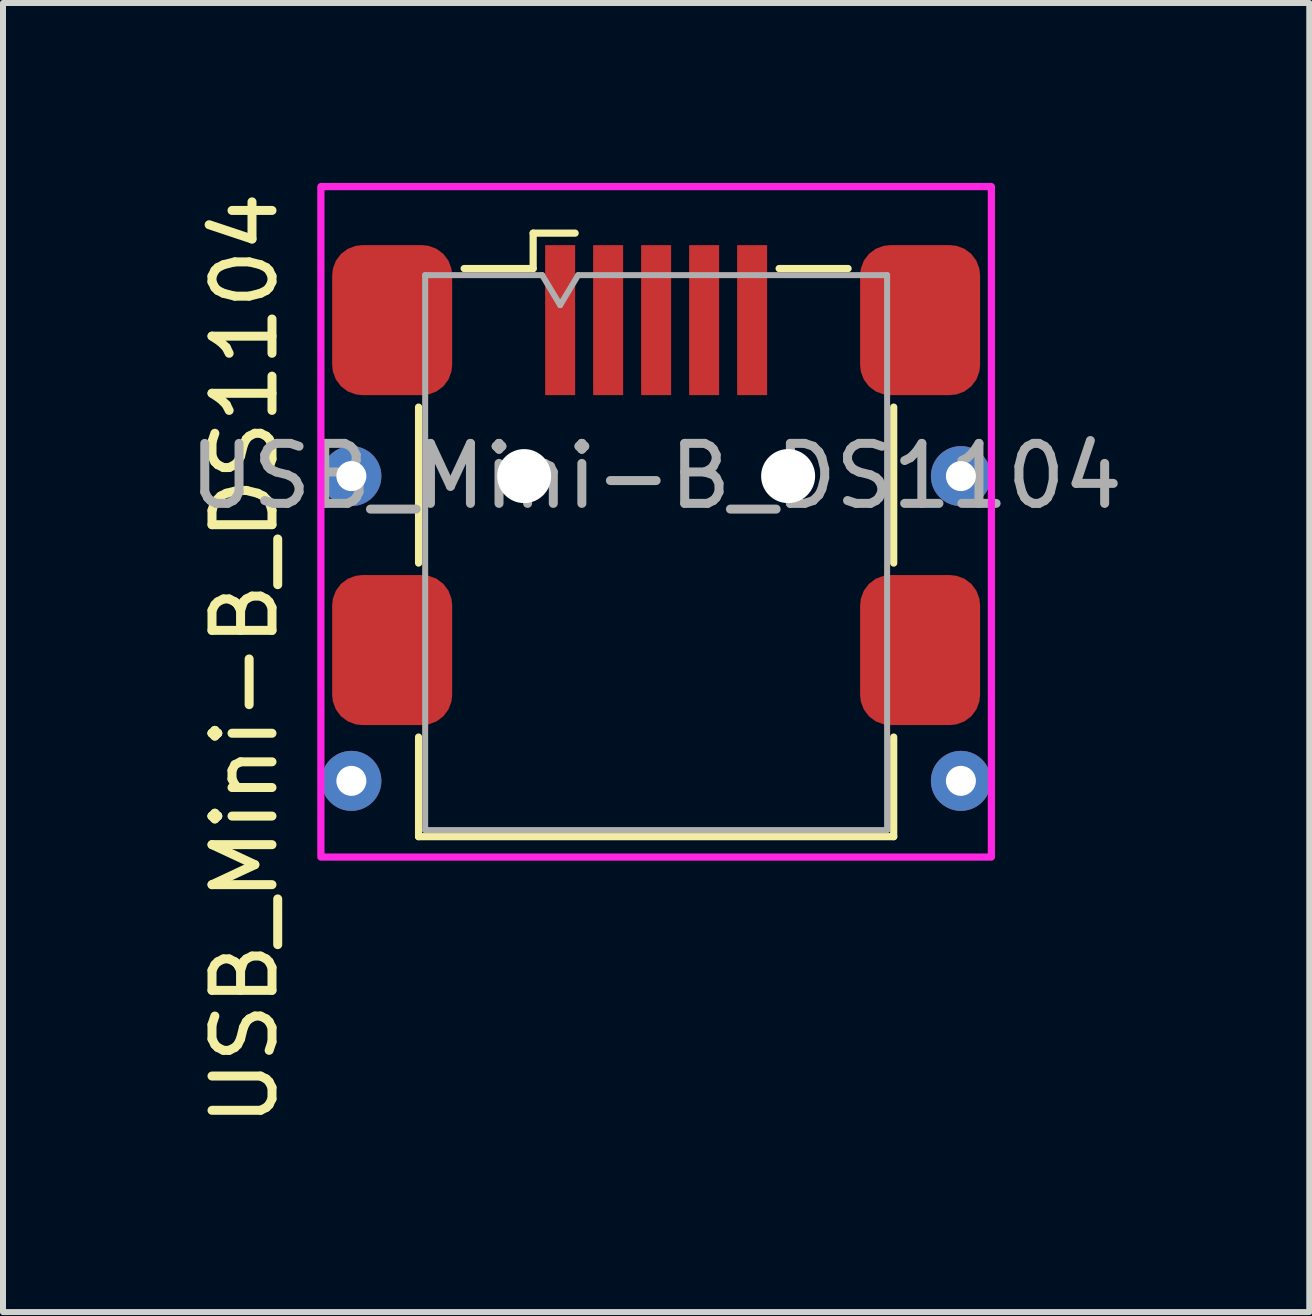
<source format=kicad_pcb>
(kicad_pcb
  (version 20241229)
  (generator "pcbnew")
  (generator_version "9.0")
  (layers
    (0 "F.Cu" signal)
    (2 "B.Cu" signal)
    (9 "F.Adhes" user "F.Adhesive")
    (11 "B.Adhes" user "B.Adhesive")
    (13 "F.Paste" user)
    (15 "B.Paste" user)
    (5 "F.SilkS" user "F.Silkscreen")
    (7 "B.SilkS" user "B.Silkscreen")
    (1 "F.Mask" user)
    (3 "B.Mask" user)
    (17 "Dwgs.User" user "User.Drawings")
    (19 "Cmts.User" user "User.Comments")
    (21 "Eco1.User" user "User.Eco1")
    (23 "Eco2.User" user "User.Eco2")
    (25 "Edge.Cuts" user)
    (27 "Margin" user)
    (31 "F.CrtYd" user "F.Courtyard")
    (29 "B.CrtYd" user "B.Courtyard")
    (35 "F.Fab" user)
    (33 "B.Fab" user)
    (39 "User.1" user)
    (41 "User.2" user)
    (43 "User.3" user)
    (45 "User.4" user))
  (footprint "USB_Mini-B_DS1104"
    (layer "F.Cu")
    (at 7.887 4.886)
    (property "Reference" "USB_Mini-B_DS1104" (at -6.858 3.048 270) (layer "F.SilkS") (effects (font (size 1 1) (thickness 0.15))))
    (attr smd)
    (fp_line (start -3.96 1.45) (end -3.96 -1.15) (stroke (width 0.12) (type solid)) (layer "F.SilkS"))
    (fp_line (start -3.96 4.35) (end -3.96 6.01) (stroke (width 0.12) (type solid)) (layer "F.SilkS"))
    (fp_line (start -3.96 6.01) (end 3.96 6.01) (stroke (width 0.12) (type solid)) (layer "F.SilkS"))
    (fp_line (start -3.2 -3.46) (end -2.05 -3.46) (stroke (width 0.12) (type solid)) (layer "F.SilkS"))
    (fp_line (start -2.05 -4.05) (end -1.35 -4.05) (stroke (width 0.12) (type solid)) (layer "F.SilkS"))
    (fp_line (start -2.05 -3.46) (end -2.05 -4.05) (stroke (width 0.12) (type solid)) (layer "F.SilkS"))
    (fp_line (start 2.05 -3.46) (end 3.2 -3.46) (stroke (width 0.12) (type solid)) (layer "F.SilkS"))
    (fp_line (start 3.96 -1.15) (end 3.96 1.45) (stroke (width 0.12) (type solid)) (layer "F.SilkS"))
    (fp_line (start 3.96 6.01) (end 3.96 4.35) (stroke (width 0.12) (type solid)) (layer "F.SilkS"))
    (fp_rect (start -5.588 -4.826) (end 5.588 6.35) (stroke (width 0.12) (type solid)) (fill no) (layer "F.CrtYd"))
    (fp_line (start -3.85 -3.35) (end -1.9 -3.35) (stroke (width 0.1) (type solid)) (layer "F.Fab"))
    (fp_line (start -3.85 5.9) (end -3.85 -3.35) (stroke (width 0.1) (type solid)) (layer "F.Fab"))
    (fp_line (start -1.9 -3.35) (end -1.6 -2.85) (stroke (width 0.1) (type solid)) (layer "F.Fab"))
    (fp_line (start -1.6 -2.85) (end -1.3 -3.35) (stroke (width 0.1) (type solid)) (layer "F.Fab"))
    (fp_line (start -1.3 -3.35) (end 3.85 -3.35) (stroke (width 0.1) (type solid)) (layer "F.Fab"))
    (fp_line (start 3.85 -3.35) (end 3.85 5.9) (stroke (width 0.1) (type solid)) (layer "F.Fab"))
    (fp_line (start 3.85 5.9) (end -3.85 5.9) (stroke (width 0.1) (type solid)) (layer "F.Fab"))
    (fp_text user "${REFERENCE}" (at 0 0 180) (layer "F.Fab") (effects (font (size 1 1) (thickness 0.15))))
    (pad "" np_thru_hole circle (at -2.2 0) (size 0.9 0.9) (drill 0.9) (layers "*.Cu" "*.Mask"))
    (pad "" np_thru_hole circle (at 2.2 0) (size 0.9 0.9) (drill 0.9) (layers "*.Cu" "*.Mask"))
    (pad "1" smd rect (at -1.6 -2.6) (size 0.5 2.5) (layers "F.Cu" "F.Mask" "F.Paste"))
    (pad "2" smd rect (at -0.8 -2.6) (size 0.5 2.5) (layers "F.Cu" "F.Mask" "F.Paste"))
    (pad "3" smd rect (at 0 -2.6) (size 0.5 2.5) (layers "F.Cu" "F.Mask" "F.Paste"))
    (pad "4" smd rect (at 0.8 -2.6) (size 0.5 2.5) (layers "F.Cu" "F.Mask" "F.Paste"))
    (pad "5" smd rect (at 1.6 -2.6) (size 0.5 2.5) (layers "F.Cu" "F.Mask" "F.Paste"))
    (pad "6" thru_hole circle (at -5.08 0) (size 1 1) (drill 0.5) (layers "*.Cu" "*.Mask"))
    (pad "6" thru_hole circle (at -5.08 5.08) (size 1 1) (drill 0.5) (layers "*.Cu" "*.Mask"))
    (pad "6" smd roundrect (at -4.4 -2.6) (size 2 2.5) (layers "F.Cu" "F.Mask" "F.Paste") (roundrect_rratio 0.25))
    (pad "6" smd roundrect (at -4.4 2.9) (size 2 2.5) (layers "F.Cu" "F.Mask" "F.Paste") (roundrect_rratio 0.25))
    (pad "6" smd roundrect (at 4.4 -2.6) (size 2 2.5) (layers "F.Cu" "F.Mask" "F.Paste") (roundrect_rratio 0.25))
    (pad "6" smd roundrect (at 4.4 2.9) (size 2 2.5) (layers "F.Cu" "F.Mask" "F.Paste") (roundrect_rratio 0.25))
    (pad "6" thru_hole circle (at 5.08 0) (size 1 1) (drill 0.5) (layers "*.Cu" "*.Mask"))
    (pad "6" thru_hole circle (at 5.08 5.08) (size 1 1) (drill 0.5) (layers "*.Cu" "*.Mask")))
  (gr_rect
    (start -3 -3)
    (end 18.774 18.821)
    (stroke (width 0.1) (type default))
    (fill no)
    (layer "Edge.Cuts")))
</source>
